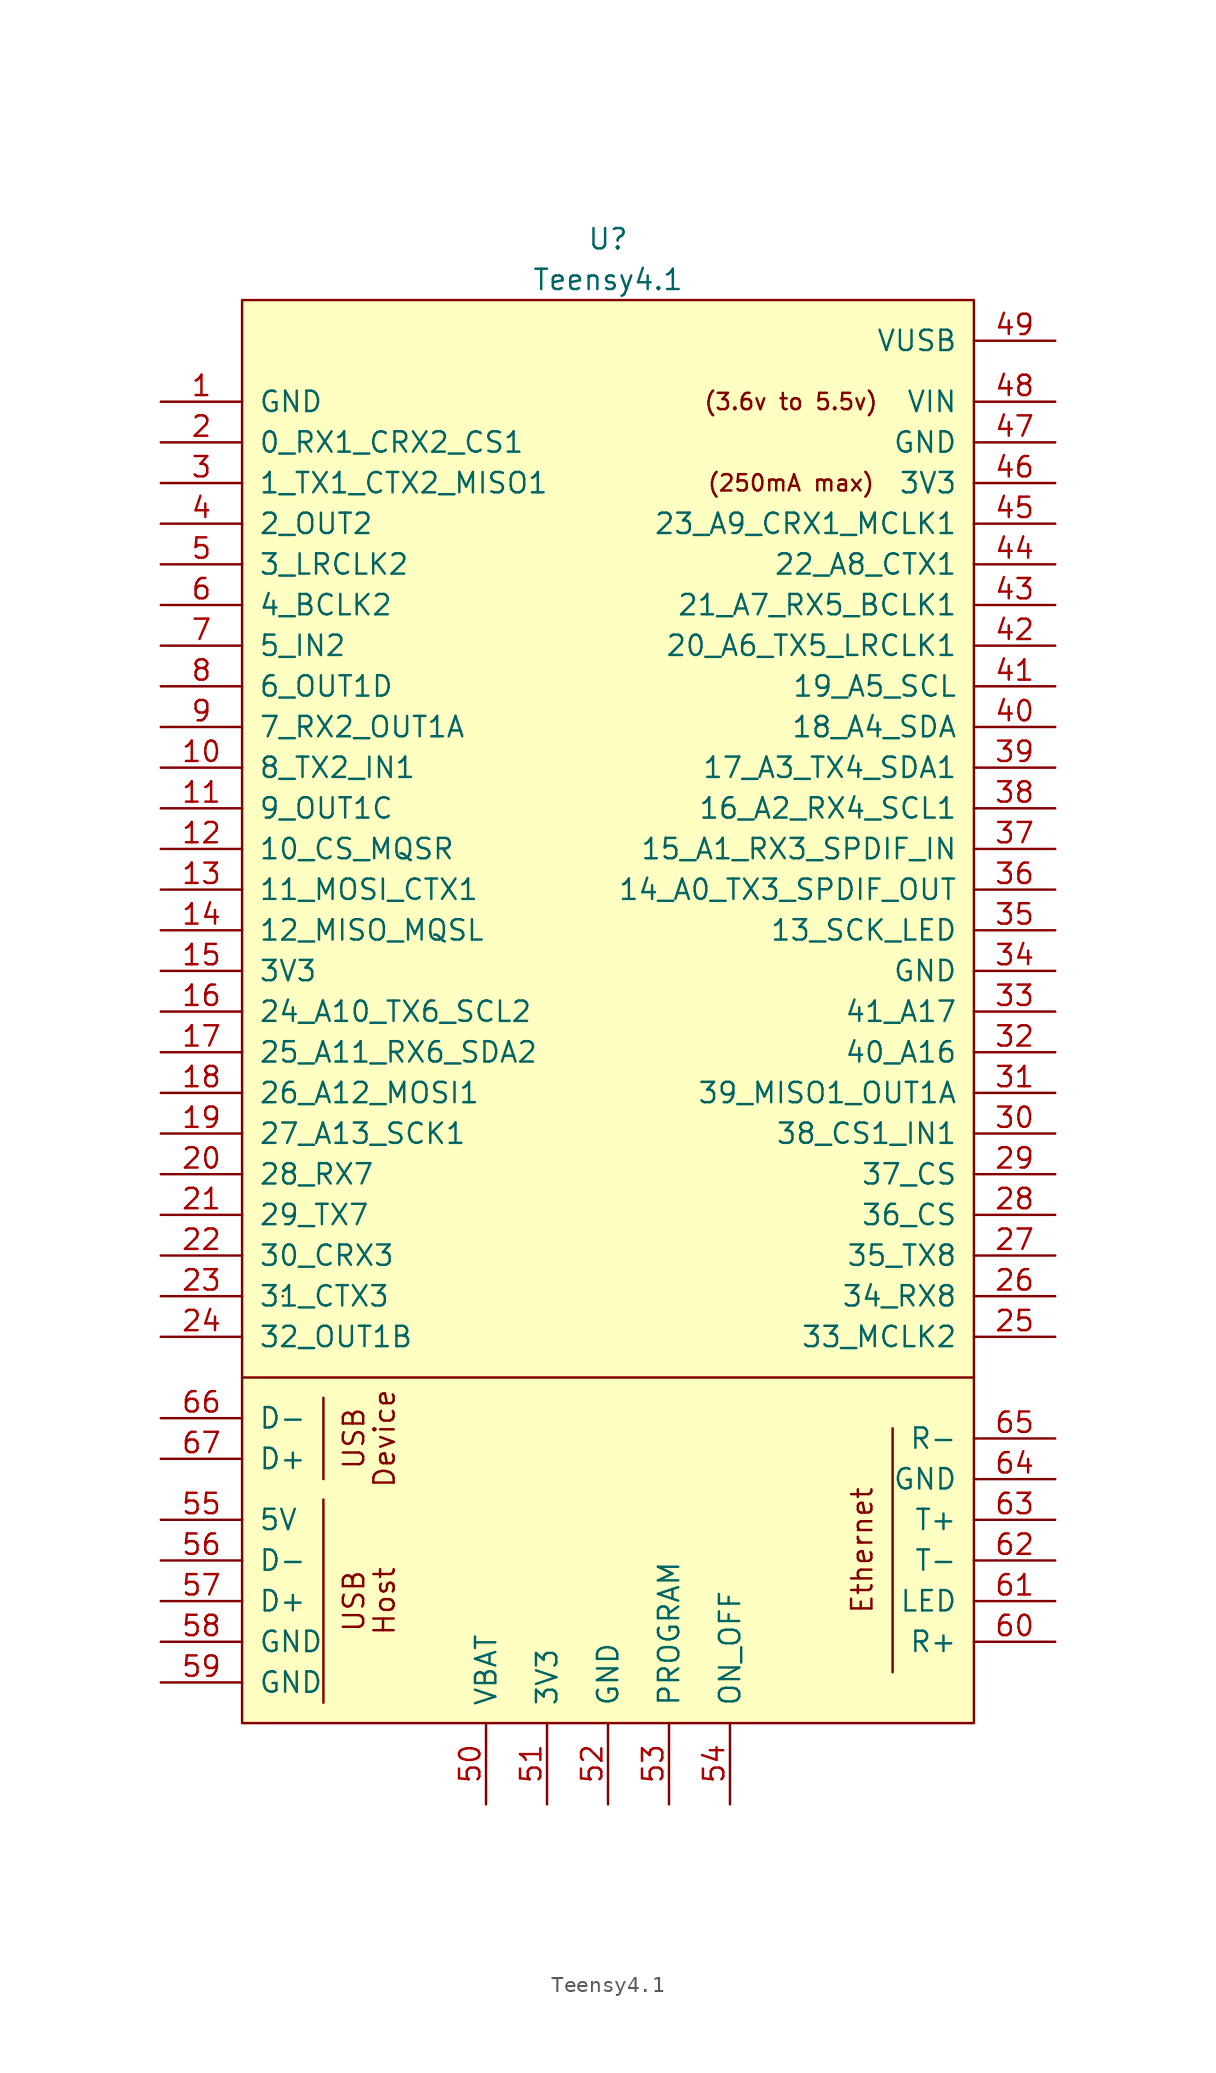
<source format=kicad_sym>
(kicad_symbol_lib
  (version 20220914)
  (generator kicad_symbol_editor)
  (symbol "Teensy4.1"
    (pin_names
      (offset 1.016))
    (property "Reference" "U"
      (at 0 64.77 0)
      (effects (font (size 1.27 1.27))))
    (property "Value" "Teensy4.1"
      (at 0 62.23 0)
      (effects (font (size 1.27 1.27))))
    (symbol "Teensy4.1_0_0"
      (polyline (pts (xy -22.86 -6.35) (xy 22.86 -6.35)) (stroke (width 0) (type solid)) (fill (type none)))
      (polyline (pts (xy -17.78 -26.67) (xy -17.78 -13.97)) (stroke (width 0) (type solid)) (fill (type none)))
      (polyline (pts (xy -17.78 -7.62) (xy -17.78 -12.7)) (stroke (width 0) (type solid)) (fill (type none)))
      (polyline (pts (xy 17.78 -9.525) (xy 17.78 -24.765)) (stroke (width 0) (type solid)) (fill (type none)))
      (text "(250mA max)" (at 11.43 49.53 0) (effects (font (size 1.016 1.016))))
      (text "(3.6v to 5.5v)" (at 11.43 54.61 0) (effects (font (size 1.016 1.016))))
      (text "Device" (at -13.97 -10.16 900) (effects (font (size 1.27 1.27))))
      (text "Ethernet" (at 15.875 -17.145 900) (effects (font (size 1.27 1.27))))
      (text "Host" (at -13.97 -20.32 900) (effects (font (size 1.27 1.27))))
      (text "USB" (at -15.875 -20.32 900) (effects (font (size 1.27 1.27))))
      (text "USB" (at -15.875 -10.16 900) (effects (font (size 1.27 1.27))))
      (pin bidirectional line (at -27.94 31.75 0) (length 5.08) (name "8_TX2_IN1" (effects (font (size 1.27 1.27)))) (number "10" (effects (font (size 1.27 1.27)))))
      (pin bidirectional line (at -27.94 29.21 0) (length 5.08) (name "9_OUT1C" (effects (font (size 1.27 1.27)))) (number "11" (effects (font (size 1.27 1.27)))))
      (pin bidirectional line (at -27.94 26.67 0) (length 5.08) (name "10_CS_MQSR" (effects (font (size 1.27 1.27)))) (number "12" (effects (font (size 1.27 1.27)))))
      (pin bidirectional line (at -27.94 24.13 0) (length 5.08) (name "11_MOSI_CTX1" (effects (font (size 1.27 1.27)))) (number "13" (effects (font (size 1.27 1.27)))))
      (pin bidirectional line (at -27.94 21.59 0) (length 5.08) (name "12_MISO_MQSL" (effects (font (size 1.27 1.27)))) (number "14" (effects (font (size 1.27 1.27)))))
      (pin power_in line (at -27.94 19.05 0) (length 5.08) (name "3V3" (effects (font (size 1.27 1.27)))) (number "15" (effects (font (size 1.27 1.27)))))
      (pin bidirectional line (at -27.94 16.51 0) (length 5.08) (name "24_A10_TX6_SCL2" (effects (font (size 1.27 1.27)))) (number "16" (effects (font (size 1.27 1.27)))))
      (pin bidirectional line (at -27.94 13.97 0) (length 5.08) (name "25_A11_RX6_SDA2" (effects (font (size 1.27 1.27)))) (number "17" (effects (font (size 1.27 1.27)))))
      (pin bidirectional line (at -27.94 11.43 0) (length 5.08) (name "26_A12_MOSI1" (effects (font (size 1.27 1.27)))) (number "18" (effects (font (size 1.27 1.27)))))
      (pin bidirectional line (at -27.94 8.89 0) (length 5.08) (name "27_A13_SCK1" (effects (font (size 1.27 1.27)))) (number "19" (effects (font (size 1.27 1.27)))))
      (pin bidirectional line (at -27.94 6.35 0) (length 5.08) (name "28_RX7" (effects (font (size 1.27 1.27)))) (number "20" (effects (font (size 1.27 1.27)))))
      (pin bidirectional line (at -27.94 3.81 0) (length 5.08) (name "29_TX7" (effects (font (size 1.27 1.27)))) (number "21" (effects (font (size 1.27 1.27)))))
      (pin bidirectional line (at -27.94 1.27 0) (length 5.08) (name "30_CRX3" (effects (font (size 1.27 1.27)))) (number "22" (effects (font (size 1.27 1.27)))))
      (pin bidirectional line (at -27.94 -1.27 0) (length 5.08) (name "31_CTX3" (effects (font (size 1.27 1.27)))) (number "23" (effects (font (size 1.27 1.27)))))
      (pin bidirectional line (at -27.94 -3.81 0) (length 5.08) (name "32_OUT1B" (effects (font (size 1.27 1.27)))) (number "24" (effects (font (size 1.27 1.27)))))
      (pin bidirectional line (at 27.94 -3.81 180) (length 5.08) (name "33_MCLK2" (effects (font (size 1.27 1.27)))) (number "25" (effects (font (size 1.27 1.27)))))
      (pin bidirectional line (at 27.94 -1.27 180) (length 5.08) (name "34_RX8" (effects (font (size 1.27 1.27)))) (number "26" (effects (font (size 1.27 1.27)))))
      (pin bidirectional line (at 27.94 1.27 180) (length 5.08) (name "35_TX8" (effects (font (size 1.27 1.27)))) (number "27" (effects (font (size 1.27 1.27)))))
      (pin bidirectional line (at 27.94 3.81 180) (length 5.08) (name "36_CS" (effects (font (size 1.27 1.27)))) (number "28" (effects (font (size 1.27 1.27)))))
      (pin bidirectional line (at 27.94 6.35 180) (length 5.08) (name "37_CS" (effects (font (size 1.27 1.27)))) (number "29" (effects (font (size 1.27 1.27)))))
      (pin bidirectional line (at 27.94 8.89 180) (length 5.08) (name "38_CS1_IN1" (effects (font (size 1.27 1.27)))) (number "30" (effects (font (size 1.27 1.27)))))
      (pin bidirectional line (at 27.94 11.43 180) (length 5.08) (name "39_MISO1_OUT1A" (effects (font (size 1.27 1.27)))) (number "31" (effects (font (size 1.27 1.27)))))
      (pin bidirectional line (at 27.94 13.97 180) (length 5.08) (name "40_A16" (effects (font (size 1.27 1.27)))) (number "32" (effects (font (size 1.27 1.27)))))
      (pin bidirectional line (at 27.94 16.51 180) (length 5.08) (name "41_A17" (effects (font (size 1.27 1.27)))) (number "33" (effects (font (size 1.27 1.27)))))
      (pin bidirectional line (at 27.94 21.59 180) (length 5.08) (name "13_SCK_LED" (effects (font (size 1.27 1.27)))) (number "35" (effects (font (size 1.27 1.27)))))
      (pin bidirectional line (at 27.94 24.13 180) (length 5.08) (name "14_A0_TX3_SPDIF_OUT" (effects (font (size 1.27 1.27)))) (number "36" (effects (font (size 1.27 1.27)))))
      (pin bidirectional line (at 27.94 26.67 180) (length 5.08) (name "15_A1_RX3_SPDIF_IN" (effects (font (size 1.27 1.27)))) (number "37" (effects (font (size 1.27 1.27)))))
      (pin bidirectional line (at 27.94 29.21 180) (length 5.08) (name "16_A2_RX4_SCL1" (effects (font (size 1.27 1.27)))) (number "38" (effects (font (size 1.27 1.27)))))
      (pin bidirectional line (at 27.94 31.75 180) (length 5.08) (name "17_A3_TX4_SDA1" (effects (font (size 1.27 1.27)))) (number "39" (effects (font (size 1.27 1.27)))))
      (pin bidirectional line (at 27.94 34.29 180) (length 5.08) (name "18_A4_SDA" (effects (font (size 1.27 1.27)))) (number "40" (effects (font (size 1.27 1.27)))))
      (pin bidirectional line (at 27.94 36.83 180) (length 5.08) (name "19_A5_SCL" (effects (font (size 1.27 1.27)))) (number "41" (effects (font (size 1.27 1.27)))))
      (pin bidirectional line (at 27.94 39.37 180) (length 5.08) (name "20_A6_TX5_LRCLK1" (effects (font (size 1.27 1.27)))) (number "42" (effects (font (size 1.27 1.27)))))
      (pin bidirectional line (at 27.94 41.91 180) (length 5.08) (name "21_A7_RX5_BCLK1" (effects (font (size 1.27 1.27)))) (number "43" (effects (font (size 1.27 1.27)))))
      (pin bidirectional line (at 27.94 44.45 180) (length 5.08) (name "22_A8_CTX1" (effects (font (size 1.27 1.27)))) (number "44" (effects (font (size 1.27 1.27)))))
      (pin bidirectional line (at 27.94 46.99 180) (length 5.08) (name "23_A9_CRX1_MCLK1" (effects (font (size 1.27 1.27)))) (number "45" (effects (font (size 1.27 1.27)))))
      (pin output line (at 27.94 49.53 180) (length 5.08) (name "3V3" (effects (font (size 1.27 1.27)))) (number "46" (effects (font (size 1.27 1.27)))))
      (pin output line (at 27.94 52.07 180) (length 5.08) (name "GND" (effects (font (size 1.27 1.27)))) (number "47" (effects (font (size 1.27 1.27)))))
      (pin power_in line (at 27.94 54.61 180) (length 5.08) (name "VIN" (effects (font (size 1.27 1.27)))) (number "48" (effects (font (size 1.27 1.27)))))
      (pin power_out line (at 27.94 58.42 180) (length 5.08) (name "VUSB" (effects (font (size 1.27 1.27)))) (number "49" (effects (font (size 1.27 1.27)))))
      (pin bidirectional line (at -27.94 44.45 0) (length 5.08) (name "3_LRCLK2" (effects (font (size 1.27 1.27)))) (number "5" (effects (font (size 1.27 1.27)))))
      (pin power_in line (at -7.62 -33.02 90) (length 5.08) (name "VBAT" (effects (font (size 1.27 1.27)))) (number "50" (effects (font (size 1.27 1.27)))))
      (pin power_in line (at -3.81 -33.02 90) (length 5.08) (name "3V3" (effects (font (size 1.27 1.27)))) (number "51" (effects (font (size 1.27 1.27)))))
      (pin input line (at 0 -33.02 90) (length 5.08) (name "GND" (effects (font (size 1.27 1.27)))) (number "52" (effects (font (size 1.27 1.27)))))
      (pin input line (at 3.81 -33.02 90) (length 5.08) (name "PROGRAM" (effects (font (size 1.27 1.27)))) (number "53" (effects (font (size 1.27 1.27)))))
      (pin input line (at 7.62 -33.02 90) (length 5.08) (name "ON_OFF" (effects (font (size 1.27 1.27)))) (number "54" (effects (font (size 1.27 1.27)))))
      (pin power_out line (at -27.94 -15.24 0) (length 5.08) (name "5V" (effects (font (size 1.27 1.27)))) (number "55" (effects (font (size 1.27 1.27)))))
      (pin bidirectional line (at -27.94 -17.78 0) (length 5.08) (name "D-" (effects (font (size 1.27 1.27)))) (number "56" (effects (font (size 1.27 1.27)))))
      (pin bidirectional line (at -27.94 -20.32 0) (length 5.08) (name "D+" (effects (font (size 1.27 1.27)))) (number "57" (effects (font (size 1.27 1.27)))))
      (pin power_in line (at -27.94 -22.86 0) (length 5.08) (name "GND" (effects (font (size 1.27 1.27)))) (number "58" (effects (font (size 1.27 1.27)))))
      (pin power_in line (at -27.94 -25.4 0) (length 5.08) (name "GND" (effects (font (size 1.27 1.27)))) (number "59" (effects (font (size 1.27 1.27)))))
      (pin bidirectional line (at -27.94 41.91 0) (length 5.08) (name "4_BCLK2" (effects (font (size 1.27 1.27)))) (number "6" (effects (font (size 1.27 1.27)))))
      (pin bidirectional line (at 27.94 -22.86 180) (length 5.08) (name "R+" (effects (font (size 1.27 1.27)))) (number "60" (effects (font (size 1.27 1.27)))))
      (pin bidirectional line (at 27.94 -20.32 180) (length 5.08) (name "LED" (effects (font (size 1.27 1.27)))) (number "61" (effects (font (size 1.27 1.27)))))
      (pin bidirectional line (at 27.94 -17.78 180) (length 5.08) (name "T-" (effects (font (size 1.27 1.27)))) (number "62" (effects (font (size 1.27 1.27)))))
      (pin bidirectional line (at 27.94 -15.24 180) (length 5.08) (name "T+" (effects (font (size 1.27 1.27)))) (number "63" (effects (font (size 1.27 1.27)))))
      (pin power_in line (at 27.94 -12.7 180) (length 5.08) (name "GND" (effects (font (size 1.27 1.27)))) (number "64" (effects (font (size 1.27 1.27)))))
      (pin bidirectional line (at 27.94 -10.16 180) (length 5.08) (name "R-" (effects (font (size 1.27 1.27)))) (number "65" (effects (font (size 1.27 1.27)))))
      (pin bidirectional line (at -27.94 -8.89 0) (length 5.08) (name "D-" (effects (font (size 1.27 1.27)))) (number "66" (effects (font (size 1.27 1.27)))))
      (pin bidirectional line (at -27.94 -11.43 0) (length 5.08) (name "D+" (effects (font (size 1.27 1.27)))) (number "67" (effects (font (size 1.27 1.27)))))
      (pin bidirectional line (at -27.94 39.37 0) (length 5.08) (name "5_IN2" (effects (font (size 1.27 1.27)))) (number "7" (effects (font (size 1.27 1.27)))))
      (pin bidirectional line (at -27.94 36.83 0) (length 5.08) (name "6_OUT1D" (effects (font (size 1.27 1.27)))) (number "8" (effects (font (size 1.27 1.27)))))
      (pin bidirectional line (at -27.94 34.29 0) (length 5.08) (name "7_RX2_OUT1A" (effects (font (size 1.27 1.27)))) (number "9" (effects (font (size 1.27 1.27))))))
    (symbol "Teensy4.1_0_1"
      (rectangle (start -20.32 -1.27) (end -20.32 -1.27) (stroke (width 0) (type solid)) (fill (type none))))
    (symbol "Teensy4.1_1_1"
      (rectangle (start -22.86 60.96) (end 22.86 -27.94) (stroke (width 0) (type solid)) (fill (type background)))
      (pin power_in line (at -27.94 54.61 0) (length 5.08) (name "GND" (effects (font (size 1.27 1.27)))) (number "1" (effects (font (size 1.27 1.27)))))
      (pin bidirectional line (at -27.94 52.07 0) (length 5.08) (name "0_RX1_CRX2_CS1" (effects (font (size 1.27 1.27)))) (number "2" (effects (font (size 1.27 1.27)))))
      (pin bidirectional line (at -27.94 49.53 0) (length 5.08) (name "1_TX1_CTX2_MISO1" (effects (font (size 1.27 1.27)))) (number "3" (effects (font (size 1.27 1.27)))))
      (pin power_in line (at 27.94 19.05 180) (length 5.08) (name "GND" (effects (font (size 1.27 1.27)))) (number "34" (effects (font (size 1.27 1.27)))))
      (pin bidirectional line (at -27.94 46.99 0) (length 5.08) (name "2_OUT2" (effects (font (size 1.27 1.27)))) (number "4" (effects (font (size 1.27 1.27))))))))
</source>
